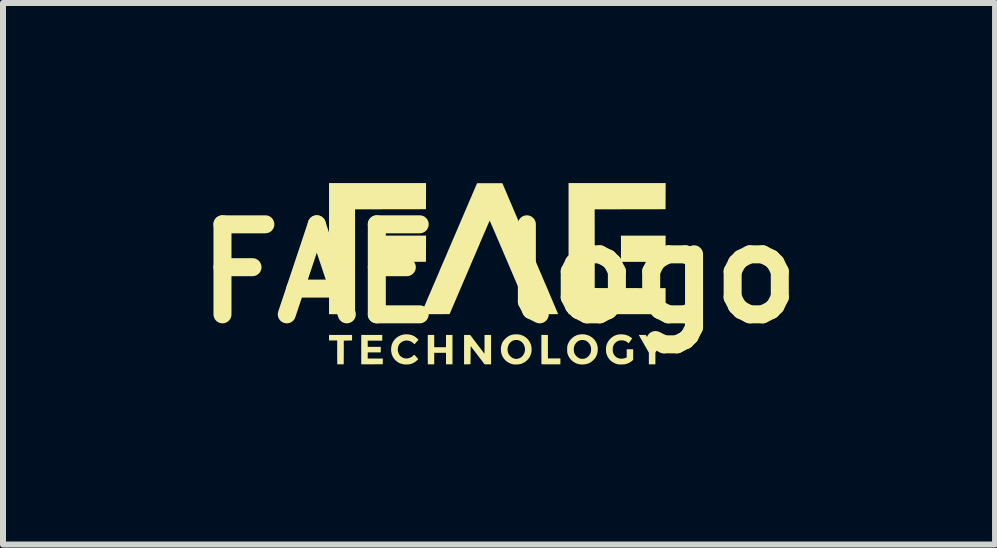
<source format=kicad_pcb>
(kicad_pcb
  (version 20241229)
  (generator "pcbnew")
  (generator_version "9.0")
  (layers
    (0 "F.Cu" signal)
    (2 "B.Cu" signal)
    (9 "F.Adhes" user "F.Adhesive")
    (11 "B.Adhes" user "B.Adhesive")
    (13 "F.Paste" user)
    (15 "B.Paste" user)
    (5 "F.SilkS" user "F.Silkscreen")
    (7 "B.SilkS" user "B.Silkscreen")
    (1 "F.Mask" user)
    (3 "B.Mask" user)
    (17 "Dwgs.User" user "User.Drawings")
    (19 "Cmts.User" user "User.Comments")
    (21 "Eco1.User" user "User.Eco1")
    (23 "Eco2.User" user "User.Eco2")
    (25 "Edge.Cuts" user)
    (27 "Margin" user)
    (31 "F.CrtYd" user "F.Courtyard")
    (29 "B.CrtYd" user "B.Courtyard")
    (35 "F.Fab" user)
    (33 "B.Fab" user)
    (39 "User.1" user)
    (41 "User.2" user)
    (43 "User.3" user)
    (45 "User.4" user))
  (footprint "FAE logo"
    (layer "F.Cu")
    (at 5.108 1.268)
    (property "Reference" "FAE logo" (at 0.156 0.241 0) (layer "F.SilkS") (effects (font (size 1.5 1.5) (thickness 0.3))))
    (attr board_only exclude_from_pos_files exclude_from_bom)
    (fp_poly (pts (xy 2.932 -0.174) (xy 2.932 0.045) (xy 2.56 0.045) (xy 2.188 0.045) (xy 2.188 -0.174) (xy 2.188 -0.392) (xy 2.56 -0.392) (xy 2.932 -0.392)) (stroke (width 0) (type solid)) (fill yes) (layer "F.SilkS"))
    (fp_poly (pts (xy -1.06 -1.05) (xy -1.061 -0.832) (xy -1.651 -0.831) (xy -2.242 -0.83) (xy -2.242 0.044) (xy -2.242 0.917) (xy -2.459 0.917) (xy -2.676 0.917) (xy -2.676 -0.175) (xy -2.676 -1.268) (xy -1.868 -1.268) (xy -1.059 -1.268)) (stroke (width 0) (type solid)) (fill yes) (layer "F.SilkS"))
    (fp_poly (pts (xy 2.932 -1.05) (xy 2.931 -0.832) (xy 2.34 -0.831) (xy 1.75 -0.83) (xy 1.751 -0.174) (xy 1.751 0.481) (xy 2.342 0.482) (xy 2.932 0.483) (xy 2.932 0.7) (xy 2.932 0.917) (xy 2.124 0.917) (xy 1.315 0.917) (xy 1.315 -0.175) (xy 1.315 -1.268) (xy 2.124 -1.268) (xy 2.933 -1.268)) (stroke (width 0) (type solid)) (fill yes) (layer "F.SilkS"))
    (fp_poly (pts (xy 0.024 1.507) (xy 0.024 1.752) (xy -0.03 1.752) (xy -0.084 1.752) (xy -0.2 1.6) (xy -0.316 1.448) (xy -0.317 1.599) (xy -0.319 1.751) (xy -0.373 1.752) (xy -0.426 1.753) (xy -0.426 1.507) (xy -0.426 1.262) (xy -0.376 1.262) (xy -0.325 1.262) (xy -0.206 1.419) (xy -0.086 1.576) (xy -0.085 1.419) (xy -0.085 1.262) (xy -0.03 1.262) (xy 0.024 1.262)) (stroke (width 0) (type solid)) (fill yes) (layer "F.SilkS"))
    (fp_poly (pts (xy -1.789 1.31) (xy -1.789 1.358) (xy -1.91 1.358) (xy -2.031 1.358) (xy -2.031 1.409) (xy -2.031 1.461) (xy -1.922 1.461) (xy -1.814 1.461) (xy -1.814 1.507) (xy -1.814 1.554) (xy -1.922 1.554) (xy -2.031 1.554) (xy -2.031 1.605) (xy -2.031 1.656) (xy -1.905 1.656) (xy -1.779 1.656) (xy -1.78 1.704) (xy -1.781 1.751) (xy -1.96 1.752) (xy -2.139 1.752) (xy -2.139 1.507) (xy -2.139 1.262) (xy -1.964 1.262) (xy -1.789 1.262)) (stroke (width 0) (type solid)) (fill yes) (layer "F.SilkS"))
    (fp_poly (pts (xy -2.292 1.309) (xy -2.292 1.355) (xy -2.361 1.356) (xy -2.43 1.357) (xy -2.43 1.555) (xy -2.431 1.752) (xy -2.484 1.752) (xy -2.501 1.752) (xy -2.516 1.752) (xy -2.528 1.752) (xy -2.536 1.751) (xy -2.538 1.75) (xy -2.538 1.747) (xy -2.539 1.738) (xy -2.539 1.724) (xy -2.539 1.705) (xy -2.539 1.682) (xy -2.54 1.655) (xy -2.54 1.626) (xy -2.54 1.594) (xy -2.54 1.56) (xy -2.54 1.552) (xy -2.54 1.355) (xy -2.608 1.355) (xy -2.676 1.355) (xy -2.676 1.309) (xy -2.676 1.262) (xy -2.484 1.262) (xy -2.292 1.262)) (stroke (width 0) (type solid)) (fill yes) (layer "F.SilkS"))
    (fp_poly (pts (xy -1.06 -0.174) (xy -1.061 0.044) (xy -1.43 0.044) (xy -1.478 0.045) (xy -1.524 0.045) (xy -1.567 0.045) (xy -1.608 0.045) (xy -1.646 0.045) (xy -1.681 0.044) (xy -1.712 0.044) (xy -1.74 0.044) (xy -1.762 0.044) (xy -1.78 0.044) (xy -1.793 0.044) (xy -1.801 0.043) (xy -1.802 0.043) (xy -1.802 0.04) (xy -1.803 0.031) (xy -1.803 0.016) (xy -1.803 -0.003) (xy -1.804 -0.026) (xy -1.804 -0.053) (xy -1.804 -0.083) (xy -1.804 -0.115) (xy -1.804 -0.15) (xy -1.804 -0.176) (xy -1.804 -0.392) (xy -1.432 -0.392) (xy -1.059 -0.392)) (stroke (width 0) (type solid)) (fill yes) (layer "F.SilkS"))
    (fp_poly (pts (xy 0.971 1.458) (xy 0.971 1.653) (xy 1.075 1.653) (xy 1.179 1.653) (xy 1.179 1.703) (xy 1.179 1.752) (xy 1.022 1.752) (xy 0.992 1.752) (xy 0.963 1.752) (xy 0.937 1.752) (xy 0.914 1.752) (xy 0.895 1.752) (xy 0.879 1.751) (xy 0.869 1.751) (xy 0.864 1.75) (xy 0.864 1.75) (xy 0.864 1.747) (xy 0.864 1.738) (xy 0.863 1.724) (xy 0.863 1.704) (xy 0.863 1.681) (xy 0.863 1.654) (xy 0.862 1.623) (xy 0.862 1.59) (xy 0.862 1.554) (xy 0.862 1.516) (xy 0.862 1.505) (xy 0.862 1.262) (xy 0.916 1.262) (xy 0.971 1.262)) (stroke (width 0) (type solid)) (fill yes) (layer "F.SilkS"))
    (fp_poly (pts (xy -0.923 1.364) (xy -0.923 1.467) (xy -0.825 1.467) (xy -0.727 1.467) (xy -0.727 1.364) (xy -0.727 1.262) (xy -0.673 1.262) (xy -0.619 1.262) (xy -0.619 1.507) (xy -0.619 1.752) (xy -0.673 1.752) (xy -0.727 1.752) (xy -0.727 1.656) (xy -0.727 1.56) (xy -0.825 1.56) (xy -0.923 1.56) (xy -0.923 1.656) (xy -0.923 1.752) (xy -0.975 1.752) (xy -0.992 1.752) (xy -1.008 1.752) (xy -1.019 1.752) (xy -1.027 1.751) (xy -1.029 1.75) (xy -1.03 1.747) (xy -1.03 1.738) (xy -1.03 1.724) (xy -1.03 1.704) (xy -1.031 1.681) (xy -1.031 1.654) (xy -1.031 1.623) (xy -1.031 1.59) (xy -1.031 1.554) (xy -1.031 1.516) (xy -1.031 1.505) (xy -1.031 1.262) (xy -0.977 1.262) (xy -0.923 1.262)) (stroke (width 0) (type solid)) (fill yes) (layer "F.SilkS"))
    (fp_poly (pts (xy 2.654 1.352) (xy 2.667 1.373) (xy 2.678 1.393) (xy 2.688 1.41) (xy 2.697 1.424) (xy 2.703 1.434) (xy 2.708 1.44) (xy 2.709 1.441) (xy 2.711 1.438) (xy 2.715 1.43) (xy 2.723 1.418) (xy 2.732 1.403) (xy 2.742 1.385) (xy 2.754 1.365) (xy 2.762 1.351) (xy 2.813 1.262) (xy 2.871 1.262) (xy 2.889 1.262) (xy 2.905 1.262) (xy 2.918 1.263) (xy 2.926 1.263) (xy 2.929 1.264) (xy 2.929 1.264) (xy 2.928 1.267) (xy 2.924 1.275) (xy 2.917 1.287) (xy 2.908 1.303) (xy 2.897 1.323) (xy 2.884 1.345) (xy 2.87 1.37) (xy 2.855 1.397) (xy 2.846 1.413) (xy 2.762 1.559) (xy 2.762 1.656) (xy 2.762 1.752) (xy 2.707 1.752) (xy 2.653 1.752) (xy 2.653 1.655) (xy 2.653 1.558) (xy 2.569 1.411) (xy 2.554 1.383) (xy 2.539 1.357) (xy 2.525 1.334) (xy 2.513 1.313) (xy 2.503 1.294) (xy 2.495 1.28) (xy 2.489 1.27) (xy 2.486 1.264) (xy 2.485 1.263) (xy 2.488 1.263) (xy 2.497 1.262) (xy 2.509 1.262) (xy 2.525 1.262) (xy 2.543 1.262) (xy 2.544 1.262) (xy 2.602 1.262)) (stroke (width 0) (type solid)) (fill yes) (layer "F.SilkS"))
    (fp_poly (pts (xy 2.232 1.255) (xy 2.27 1.262) (xy 2.306 1.275) (xy 2.339 1.293) (xy 2.366 1.313) (xy 2.375 1.32) (xy 2.357 1.346) (xy 2.348 1.359) (xy 2.338 1.372) (xy 2.331 1.383) (xy 2.328 1.387) (xy 2.317 1.402) (xy 2.301 1.389) (xy 2.28 1.374) (xy 2.257 1.363) (xy 2.234 1.355) (xy 2.231 1.355) (xy 2.213 1.353) (xy 2.192 1.353) (xy 2.17 1.355) (xy 2.151 1.358) (xy 2.143 1.361) (xy 2.118 1.374) (xy 2.095 1.392) (xy 2.076 1.414) (xy 2.062 1.44) (xy 2.057 1.454) (xy 2.054 1.47) (xy 2.051 1.491) (xy 2.051 1.512) (xy 2.052 1.533) (xy 2.055 1.55) (xy 2.055 1.552) (xy 2.065 1.578) (xy 2.079 1.601) (xy 2.097 1.622) (xy 2.118 1.638) (xy 2.129 1.644) (xy 2.154 1.653) (xy 2.182 1.658) (xy 2.211 1.657) (xy 2.241 1.653) (xy 2.269 1.643) (xy 2.284 1.637) (xy 2.284 1.569) (xy 2.284 1.501) (xy 2.338 1.501) (xy 2.392 1.501) (xy 2.392 1.589) (xy 2.392 1.677) (xy 2.379 1.689) (xy 2.352 1.711) (xy 2.32 1.729) (xy 2.287 1.743) (xy 2.271 1.748) (xy 2.258 1.75) (xy 2.24 1.752) (xy 2.219 1.754) (xy 2.197 1.754) (xy 2.175 1.755) (xy 2.156 1.754) (xy 2.14 1.752) (xy 2.133 1.751) (xy 2.095 1.739) (xy 2.06 1.722) (xy 2.028 1.701) (xy 2.001 1.675) (xy 1.978 1.645) (xy 1.959 1.611) (xy 1.946 1.574) (xy 1.945 1.571) (xy 1.941 1.55) (xy 1.939 1.524) (xy 1.938 1.498) (xy 1.94 1.472) (xy 1.943 1.449) (xy 1.944 1.445) (xy 1.953 1.415) (xy 1.967 1.385) (xy 1.984 1.358) (xy 2.002 1.335) (xy 2.031 1.308) (xy 2.061 1.286) (xy 2.093 1.27) (xy 2.127 1.259) (xy 2.165 1.253) (xy 2.191 1.252)) (stroke (width 0) (type solid)) (fill yes) (layer "F.SilkS"))
    (fp_poly (pts (xy 0.495 1.256) (xy 0.533 1.266) (xy 0.569 1.282) (xy 0.602 1.303) (xy 0.607 1.307) (xy 0.635 1.333) (xy 0.658 1.363) (xy 0.676 1.396) (xy 0.69 1.431) (xy 0.697 1.467) (xy 0.7 1.506) (xy 0.697 1.544) (xy 0.688 1.583) (xy 0.686 1.588) (xy 0.672 1.621) (xy 0.653 1.652) (xy 0.628 1.68) (xy 0.6 1.705) (xy 0.568 1.725) (xy 0.534 1.741) (xy 0.517 1.746) (xy 0.503 1.749) (xy 0.484 1.752) (xy 0.463 1.754) (xy 0.442 1.755) (xy 0.421 1.755) (xy 0.404 1.754) (xy 0.396 1.753) (xy 0.357 1.743) (xy 0.321 1.727) (xy 0.288 1.707) (xy 0.259 1.682) (xy 0.234 1.653) (xy 0.233 1.651) (xy 0.214 1.619) (xy 0.199 1.584) (xy 0.191 1.547) (xy 0.187 1.508) (xy 0.187 1.506) (xy 0.299 1.506) (xy 0.301 1.536) (xy 0.308 1.563) (xy 0.32 1.587) (xy 0.337 1.61) (xy 0.35 1.623) (xy 0.373 1.641) (xy 0.397 1.653) (xy 0.418 1.659) (xy 0.431 1.661) (xy 0.439 1.662) (xy 0.447 1.662) (xy 0.456 1.661) (xy 0.465 1.659) (xy 0.493 1.652) (xy 0.519 1.639) (xy 0.541 1.621) (xy 0.542 1.62) (xy 0.561 1.596) (xy 0.576 1.569) (xy 0.585 1.541) (xy 0.589 1.511) (xy 0.588 1.482) (xy 0.581 1.453) (xy 0.57 1.426) (xy 0.554 1.401) (xy 0.535 1.381) (xy 0.512 1.364) (xy 0.487 1.353) (xy 0.459 1.347) (xy 0.434 1.347) (xy 0.406 1.351) (xy 0.382 1.36) (xy 0.36 1.375) (xy 0.358 1.376) (xy 0.335 1.398) (xy 0.318 1.423) (xy 0.307 1.451) (xy 0.3 1.482) (xy 0.299 1.506) (xy 0.187 1.506) (xy 0.189 1.47) (xy 0.196 1.432) (xy 0.201 1.418) (xy 0.209 1.397) (xy 0.218 1.378) (xy 0.23 1.361) (xy 0.245 1.343) (xy 0.26 1.327) (xy 0.288 1.301) (xy 0.317 1.282) (xy 0.348 1.267) (xy 0.382 1.258) (xy 0.413 1.253) (xy 0.455 1.252)) (stroke (width 0) (type solid)) (fill yes) (layer "F.SilkS"))
    (fp_poly (pts (xy 1.59 1.255) (xy 1.627 1.264) (xy 1.661 1.277) (xy 1.693 1.295) (xy 1.722 1.318) (xy 1.747 1.344) (xy 1.768 1.374) (xy 1.785 1.408) (xy 1.793 1.433) (xy 1.8 1.464) (xy 1.802 1.498) (xy 1.8 1.532) (xy 1.795 1.565) (xy 1.786 1.595) (xy 1.785 1.599) (xy 1.769 1.631) (xy 1.749 1.66) (xy 1.723 1.687) (xy 1.695 1.71) (xy 1.664 1.729) (xy 1.635 1.741) (xy 1.597 1.751) (xy 1.556 1.755) (xy 1.516 1.754) (xy 1.485 1.749) (xy 1.449 1.739) (xy 1.415 1.722) (xy 1.384 1.701) (xy 1.356 1.676) (xy 1.332 1.646) (xy 1.313 1.614) (xy 1.299 1.579) (xy 1.296 1.569) (xy 1.294 1.56) (xy 1.293 1.55) (xy 1.292 1.538) (xy 1.292 1.522) (xy 1.292 1.504) (xy 1.402 1.504) (xy 1.404 1.535) (xy 1.41 1.561) (xy 1.421 1.585) (xy 1.437 1.607) (xy 1.448 1.619) (xy 1.471 1.638) (xy 1.494 1.651) (xy 1.519 1.659) (xy 1.521 1.659) (xy 1.538 1.661) (xy 1.558 1.66) (xy 1.576 1.658) (xy 1.585 1.656) (xy 1.611 1.645) (xy 1.634 1.629) (xy 1.654 1.609) (xy 1.671 1.585) (xy 1.683 1.559) (xy 1.687 1.542) (xy 1.69 1.52) (xy 1.691 1.496) (xy 1.688 1.473) (xy 1.685 1.457) (xy 1.676 1.433) (xy 1.663 1.411) (xy 1.645 1.389) (xy 1.645 1.389) (xy 1.624 1.37) (xy 1.6 1.357) (xy 1.574 1.349) (xy 1.548 1.346) (xy 1.522 1.348) (xy 1.497 1.355) (xy 1.473 1.367) (xy 1.451 1.384) (xy 1.433 1.405) (xy 1.421 1.424) (xy 1.412 1.443) (xy 1.406 1.462) (xy 1.403 1.483) (xy 1.402 1.504) (xy 1.292 1.504) (xy 1.292 1.504) (xy 1.292 1.484) (xy 1.292 1.469) (xy 1.293 1.457) (xy 1.295 1.447) (xy 1.297 1.438) (xy 1.299 1.43) (xy 1.314 1.394) (xy 1.333 1.36) (xy 1.357 1.331) (xy 1.385 1.305) (xy 1.416 1.284) (xy 1.45 1.268) (xy 1.474 1.26) (xy 1.513 1.253) (xy 1.552 1.251)) (stroke (width 0) (type solid)) (fill yes) (layer "F.SilkS"))
    (fp_poly (pts (xy -1.333 1.256) (xy -1.295 1.266) (xy -1.26 1.282) (xy -1.244 1.292) (xy -1.235 1.298) (xy -1.225 1.306) (xy -1.214 1.315) (xy -1.203 1.324) (xy -1.195 1.333) (xy -1.189 1.339) (xy -1.187 1.343) (xy -1.188 1.346) (xy -1.194 1.352) (xy -1.201 1.361) (xy -1.211 1.372) (xy -1.221 1.384) (xy -1.231 1.395) (xy -1.24 1.405) (xy -1.247 1.413) (xy -1.247 1.414) (xy -1.25 1.416) (xy -1.254 1.415) (xy -1.259 1.411) (xy -1.268 1.403) (xy -1.268 1.403) (xy -1.293 1.382) (xy -1.32 1.368) (xy -1.348 1.359) (xy -1.378 1.355) (xy -1.408 1.357) (xy -1.438 1.365) (xy -1.454 1.373) (xy -1.468 1.381) (xy -1.483 1.394) (xy -1.497 1.408) (xy -1.508 1.422) (xy -1.515 1.434) (xy -1.522 1.451) (xy -1.527 1.471) (xy -1.53 1.49) (xy -1.531 1.504) (xy -1.528 1.531) (xy -1.521 1.558) (xy -1.51 1.584) (xy -1.496 1.605) (xy -1.486 1.616) (xy -1.463 1.633) (xy -1.438 1.646) (xy -1.411 1.653) (xy -1.382 1.655) (xy -1.354 1.651) (xy -1.327 1.643) (xy -1.3 1.629) (xy -1.276 1.611) (xy -1.275 1.609) (xy -1.256 1.591) (xy -1.223 1.627) (xy -1.21 1.641) (xy -1.2 1.653) (xy -1.193 1.661) (xy -1.191 1.666) (xy -1.191 1.667) (xy -1.194 1.671) (xy -1.201 1.679) (xy -1.211 1.687) (xy -1.223 1.697) (xy -1.235 1.707) (xy -1.247 1.715) (xy -1.256 1.721) (xy -1.287 1.737) (xy -1.319 1.748) (xy -1.332 1.751) (xy -1.349 1.753) (xy -1.37 1.755) (xy -1.392 1.755) (xy -1.415 1.754) (xy -1.435 1.752) (xy -1.446 1.75) (xy -1.484 1.739) (xy -1.519 1.723) (xy -1.55 1.701) (xy -1.577 1.677) (xy -1.6 1.649) (xy -1.617 1.619) (xy -1.63 1.587) (xy -1.638 1.551) (xy -1.641 1.536) (xy -1.642 1.496) (xy -1.638 1.458) (xy -1.629 1.421) (xy -1.615 1.387) (xy -1.596 1.356) (xy -1.572 1.328) (xy -1.545 1.304) (xy -1.514 1.284) (xy -1.479 1.268) (xy -1.442 1.257) (xy -1.415 1.253) (xy -1.373 1.252)) (stroke (width 0) (type solid)) (fill yes) (layer "F.SilkS"))
    (fp_poly (pts (xy 0.676 -0.177) (xy 0.71 -0.098) (xy 0.743 -0.021) (xy 0.775 0.054) (xy 0.806 0.128) (xy 0.837 0.2) (xy 0.867 0.269) (xy 0.895 0.336) (xy 0.922 0.4) (xy 0.949 0.461) (xy 0.974 0.52) (xy 0.997 0.575) (xy 1.019 0.627) (xy 1.04 0.675) (xy 1.058 0.719) (xy 1.076 0.76) (xy 1.091 0.796) (xy 1.105 0.828) (xy 1.116 0.855) (xy 1.126 0.877) (xy 1.133 0.895) (xy 1.138 0.907) (xy 1.141 0.914) (xy 1.141 0.915) (xy 1.138 0.916) (xy 1.13 0.916) (xy 1.116 0.916) (xy 1.097 0.916) (xy 1.074 0.917) (xy 1.047 0.917) (xy 1.017 0.917) (xy 0.983 0.917) (xy 0.948 0.917) (xy 0.91 0.917) (xy 0.905 0.917) (xy 0.669 0.916) (xy 0.336 0.137) (xy 0.308 0.071) (xy 0.28 0.006) (xy 0.253 -0.057) (xy 0.227 -0.118) (xy 0.202 -0.177) (xy 0.177 -0.234) (xy 0.154 -0.288) (xy 0.132 -0.338) (xy 0.112 -0.386) (xy 0.093 -0.431) (xy 0.075 -0.472) (xy 0.059 -0.509) (xy 0.045 -0.542) (xy 0.032 -0.57) (xy 0.022 -0.594) (xy 0.013 -0.614) (xy 0.007 -0.628) (xy 0.003 -0.638) (xy 0.001 -0.642) (xy 0.001 -0.642) (xy -0.001 -0.639) (xy -0.004 -0.63) (xy -0.01 -0.617) (xy -0.019 -0.598) (xy -0.029 -0.575) (xy -0.041 -0.547) (xy -0.055 -0.515) (xy -0.07 -0.478) (xy -0.088 -0.438) (xy -0.107 -0.394) (xy -0.127 -0.347) (xy -0.149 -0.297) (xy -0.171 -0.243) (xy -0.195 -0.187) (xy -0.22 -0.129) (xy -0.246 -0.068) (xy -0.273 -0.006) (xy -0.301 0.059) (xy -0.329 0.125) (xy -0.334 0.137) (xy -0.667 0.916) (xy -0.905 0.917) (xy -0.943 0.917) (xy -0.979 0.917) (xy -1.013 0.917) (xy -1.043 0.917) (xy -1.071 0.917) (xy -1.095 0.917) (xy -1.114 0.917) (xy -1.129 0.917) (xy -1.139 0.916) (xy -1.143 0.916) (xy -1.143 0.916) (xy -1.142 0.913) (xy -1.138 0.905) (xy -1.132 0.891) (xy -1.124 0.872) (xy -1.114 0.848) (xy -1.102 0.82) (xy -1.088 0.787) (xy -1.072 0.749) (xy -1.054 0.708) (xy -1.035 0.662) (xy -1.014 0.613) (xy -0.991 0.56) (xy -0.967 0.504) (xy -0.942 0.445) (xy -0.915 0.383) (xy -0.887 0.318) (xy -0.858 0.25) (xy -0.829 0.18) (xy -0.798 0.108) (xy -0.766 0.034) (xy -0.733 -0.042) (xy -0.7 -0.12) (xy -0.676 -0.176) (xy -0.209 -1.266) (xy 0.001 -1.266) (xy 0.212 -1.266)) (stroke (width 0) (type solid)) (fill yes) (layer "F.SilkS")))
  (gr_rect
    (start -3 -3)
    (end 13.529 6.023)
    (stroke (width 0.1) (type default))
    (fill no)
    (layer "Edge.Cuts")))
</source>
